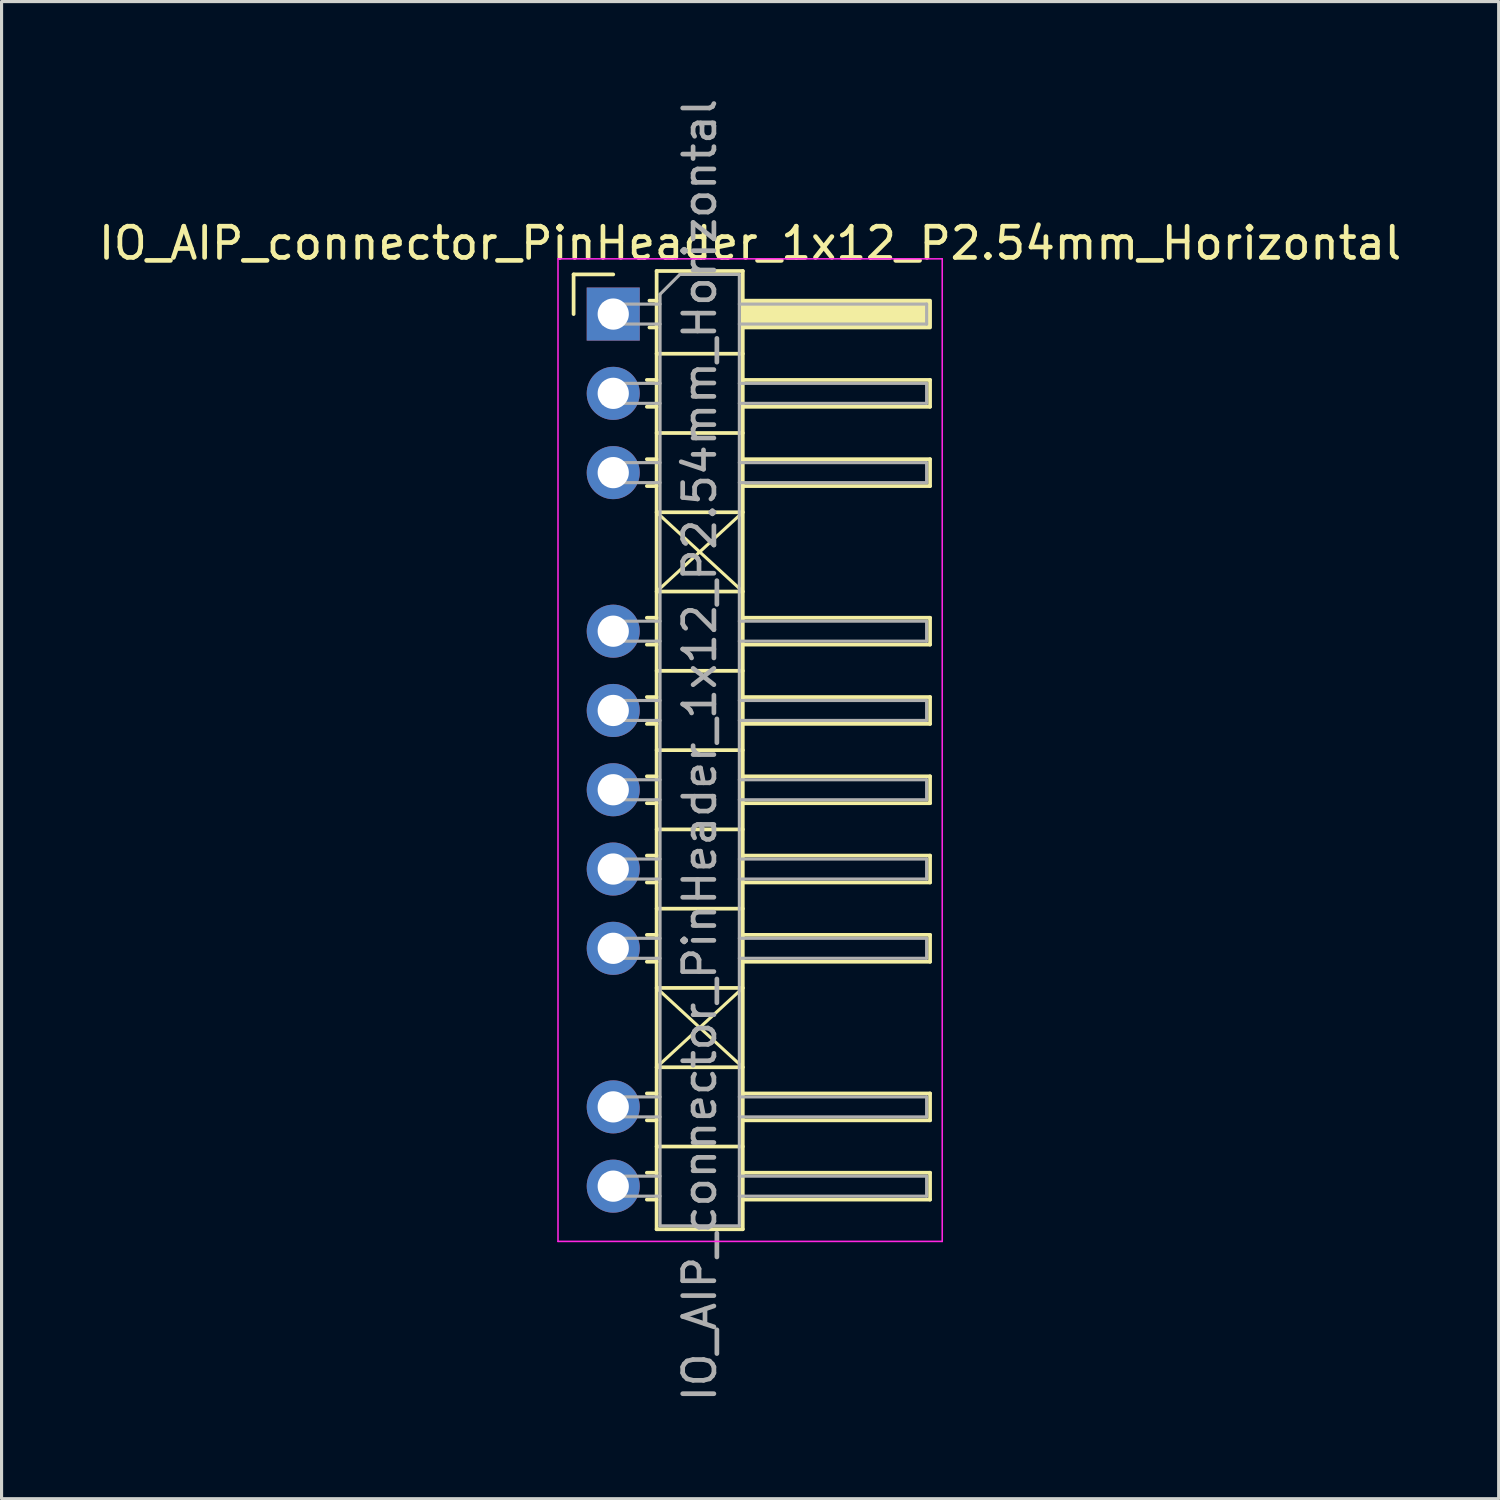
<source format=kicad_pcb>
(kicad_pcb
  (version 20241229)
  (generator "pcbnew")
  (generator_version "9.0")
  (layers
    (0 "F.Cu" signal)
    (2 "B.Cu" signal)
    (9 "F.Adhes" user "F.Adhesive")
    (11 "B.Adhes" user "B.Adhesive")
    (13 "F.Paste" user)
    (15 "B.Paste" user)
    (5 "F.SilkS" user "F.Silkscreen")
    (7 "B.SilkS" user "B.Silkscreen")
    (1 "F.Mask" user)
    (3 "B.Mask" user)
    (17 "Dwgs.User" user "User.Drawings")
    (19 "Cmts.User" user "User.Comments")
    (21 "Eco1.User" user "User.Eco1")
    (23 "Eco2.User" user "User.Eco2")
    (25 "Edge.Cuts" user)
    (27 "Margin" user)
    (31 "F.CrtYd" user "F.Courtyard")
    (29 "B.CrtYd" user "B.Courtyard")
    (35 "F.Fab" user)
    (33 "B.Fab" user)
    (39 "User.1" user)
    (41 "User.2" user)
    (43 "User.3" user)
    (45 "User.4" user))
  (footprint "IO_AIP_connector_PinHeader_1x12_P2.54mm_Horizontal"
    (layer "F.Cu")
    (at 16.597 7.012)
    (property "Reference" "IO_AIP_connector_PinHeader_1x12_P2.54mm_Horizontal" (at 4.385 -2.27 0) (layer "F.SilkS") (effects (font (size 1 1) (thickness 0.15))))
    (attr through_hole)
    (fp_line (start -1.27 -1.27) (end 0 -1.27) (stroke (width 0.12) (type solid)) (layer "F.SilkS"))
    (fp_line (start -1.27 0) (end -1.27 -1.27) (stroke (width 0.12) (type solid)) (layer "F.SilkS"))
    (fp_line (start 1.077 2.11) (end 1.39 2.11) (stroke (width 0.12) (type solid)) (layer "F.SilkS"))
    (fp_line (start 1.077 2.97) (end 1.39 2.97) (stroke (width 0.12) (type solid)) (layer "F.SilkS"))
    (fp_line (start 1.077 4.65) (end 1.39 4.65) (stroke (width 0.12) (type solid)) (layer "F.SilkS"))
    (fp_line (start 1.077 5.51) (end 1.39 5.51) (stroke (width 0.12) (type solid)) (layer "F.SilkS"))
    (fp_line (start 1.077 9.73) (end 1.39 9.73) (stroke (width 0.12) (type solid)) (layer "F.SilkS"))
    (fp_line (start 1.077 10.59) (end 1.39 10.59) (stroke (width 0.12) (type solid)) (layer "F.SilkS"))
    (fp_line (start 1.077 12.27) (end 1.39 12.27) (stroke (width 0.12) (type solid)) (layer "F.SilkS"))
    (fp_line (start 1.077 13.13) (end 1.39 13.13) (stroke (width 0.12) (type solid)) (layer "F.SilkS"))
    (fp_line (start 1.077 14.81) (end 1.39 14.81) (stroke (width 0.12) (type solid)) (layer "F.SilkS"))
    (fp_line (start 1.077 15.67) (end 1.39 15.67) (stroke (width 0.12) (type solid)) (layer "F.SilkS"))
    (fp_line (start 1.077 17.35) (end 1.39 17.35) (stroke (width 0.12) (type solid)) (layer "F.SilkS"))
    (fp_line (start 1.077 18.21) (end 1.39 18.21) (stroke (width 0.12) (type solid)) (layer "F.SilkS"))
    (fp_line (start 1.077 19.89) (end 1.39 19.89) (stroke (width 0.12) (type solid)) (layer "F.SilkS"))
    (fp_line (start 1.077 20.75) (end 1.39 20.75) (stroke (width 0.12) (type solid)) (layer "F.SilkS"))
    (fp_line (start 1.077 24.97) (end 1.39 24.97) (stroke (width 0.12) (type solid)) (layer "F.SilkS"))
    (fp_line (start 1.077 25.83) (end 1.39 25.83) (stroke (width 0.12) (type solid)) (layer "F.SilkS"))
    (fp_line (start 1.077 27.51) (end 1.39 27.51) (stroke (width 0.12) (type solid)) (layer "F.SilkS"))
    (fp_line (start 1.077 28.37) (end 1.39 28.37) (stroke (width 0.12) (type solid)) (layer "F.SilkS"))
    (fp_line (start 1.16 -0.43) (end 1.39 -0.43) (stroke (width 0.12) (type solid)) (layer "F.SilkS"))
    (fp_line (start 1.16 0.43) (end 1.39 0.43) (stroke (width 0.12) (type solid)) (layer "F.SilkS"))
    (fp_line (start 1.39 -1.38) (end 1.39 29.32) (stroke (width 0.12) (type solid)) (layer "F.SilkS"))
    (fp_line (start 1.39 1.27) (end 4.15 1.27) (stroke (width 0.12) (type solid)) (layer "F.SilkS"))
    (fp_line (start 1.39 3.81) (end 4.15 3.81) (stroke (width 0.12) (type solid)) (layer "F.SilkS"))
    (fp_line (start 1.39 6.35) (end 4.15 6.35) (stroke (width 0.12) (type solid)) (layer "F.SilkS"))
    (fp_line (start 1.39 6.35) (end 4.15 8.89) (stroke (width 0.1) (type default)) (layer "F.SilkS"))
    (fp_line (start 1.39 8.89) (end 4.15 8.89) (stroke (width 0.12) (type solid)) (layer "F.SilkS"))
    (fp_line (start 1.39 11.43) (end 4.15 11.43) (stroke (width 0.12) (type solid)) (layer "F.SilkS"))
    (fp_line (start 1.39 13.97) (end 4.15 13.97) (stroke (width 0.12) (type solid)) (layer "F.SilkS"))
    (fp_line (start 1.39 16.51) (end 4.15 16.51) (stroke (width 0.12) (type solid)) (layer "F.SilkS"))
    (fp_line (start 1.39 19.05) (end 4.15 19.05) (stroke (width 0.12) (type solid)) (layer "F.SilkS"))
    (fp_line (start 1.39 21.59) (end 4.15 21.59) (stroke (width 0.12) (type solid)) (layer "F.SilkS"))
    (fp_line (start 1.39 21.59) (end 4.15 24.13) (stroke (width 0.1) (type default)) (layer "F.SilkS"))
    (fp_line (start 1.39 24.13) (end 4.15 24.13) (stroke (width 0.12) (type solid)) (layer "F.SilkS"))
    (fp_line (start 1.39 26.67) (end 4.15 26.67) (stroke (width 0.12) (type solid)) (layer "F.SilkS"))
    (fp_line (start 1.39 29.32) (end 4.15 29.32) (stroke (width 0.12) (type solid)) (layer "F.SilkS"))
    (fp_line (start 4.15 -1.38) (end 1.39 -1.38) (stroke (width 0.12) (type solid)) (layer "F.SilkS"))
    (fp_line (start 4.15 2.11) (end 10.15 2.11) (stroke (width 0.12) (type solid)) (layer "F.SilkS"))
    (fp_line (start 4.15 4.65) (end 10.15 4.65) (stroke (width 0.12) (type solid)) (layer "F.SilkS"))
    (fp_line (start 4.15 6.35) (end 1.39 8.89) (stroke (width 0.1) (type default)) (layer "F.SilkS"))
    (fp_line (start 4.15 9.73) (end 10.15 9.73) (stroke (width 0.12) (type solid)) (layer "F.SilkS"))
    (fp_line (start 4.15 12.27) (end 10.15 12.27) (stroke (width 0.12) (type solid)) (layer "F.SilkS"))
    (fp_line (start 4.15 14.81) (end 10.15 14.81) (stroke (width 0.12) (type solid)) (layer "F.SilkS"))
    (fp_line (start 4.15 17.35) (end 10.15 17.35) (stroke (width 0.12) (type solid)) (layer "F.SilkS"))
    (fp_line (start 4.15 19.89) (end 10.15 19.89) (stroke (width 0.12) (type solid)) (layer "F.SilkS"))
    (fp_line (start 4.15 21.59) (end 1.39 24.13) (stroke (width 0.1) (type default)) (layer "F.SilkS"))
    (fp_line (start 4.15 24.97) (end 10.15 24.97) (stroke (width 0.12) (type solid)) (layer "F.SilkS"))
    (fp_line (start 4.15 27.51) (end 10.15 27.51) (stroke (width 0.12) (type solid)) (layer "F.SilkS"))
    (fp_line (start 4.15 29.32) (end 4.15 -1.38) (stroke (width 0.12) (type solid)) (layer "F.SilkS"))
    (fp_line (start 10.15 2.11) (end 10.15 2.97) (stroke (width 0.12) (type solid)) (layer "F.SilkS"))
    (fp_line (start 10.15 2.97) (end 4.15 2.97) (stroke (width 0.12) (type solid)) (layer "F.SilkS"))
    (fp_line (start 10.15 4.65) (end 10.15 5.51) (stroke (width 0.12) (type solid)) (layer "F.SilkS"))
    (fp_line (start 10.15 5.51) (end 4.15 5.51) (stroke (width 0.12) (type solid)) (layer "F.SilkS"))
    (fp_line (start 10.15 9.73) (end 10.15 10.59) (stroke (width 0.12) (type solid)) (layer "F.SilkS"))
    (fp_line (start 10.15 10.59) (end 4.15 10.59) (stroke (width 0.12) (type solid)) (layer "F.SilkS"))
    (fp_line (start 10.15 12.27) (end 10.15 13.13) (stroke (width 0.12) (type solid)) (layer "F.SilkS"))
    (fp_line (start 10.15 13.13) (end 4.15 13.13) (stroke (width 0.12) (type solid)) (layer "F.SilkS"))
    (fp_line (start 10.15 14.81) (end 10.15 15.67) (stroke (width 0.12) (type solid)) (layer "F.SilkS"))
    (fp_line (start 10.15 15.67) (end 4.15 15.67) (stroke (width 0.12) (type solid)) (layer "F.SilkS"))
    (fp_line (start 10.15 17.35) (end 10.15 18.21) (stroke (width 0.12) (type solid)) (layer "F.SilkS"))
    (fp_line (start 10.15 18.21) (end 4.15 18.21) (stroke (width 0.12) (type solid)) (layer "F.SilkS"))
    (fp_line (start 10.15 19.89) (end 10.15 20.75) (stroke (width 0.12) (type solid)) (layer "F.SilkS"))
    (fp_line (start 10.15 20.75) (end 4.15 20.75) (stroke (width 0.12) (type solid)) (layer "F.SilkS"))
    (fp_line (start 10.15 24.97) (end 10.15 25.83) (stroke (width 0.12) (type solid)) (layer "F.SilkS"))
    (fp_line (start 10.15 25.83) (end 4.15 25.83) (stroke (width 0.12) (type solid)) (layer "F.SilkS"))
    (fp_line (start 10.15 27.51) (end 10.15 28.37) (stroke (width 0.12) (type solid)) (layer "F.SilkS"))
    (fp_line (start 10.15 28.37) (end 4.15 28.37) (stroke (width 0.12) (type solid)) (layer "F.SilkS"))
    (fp_rect (start 4.15 -0.43) (end 10.15 0.43) (stroke (width 0.12) (type solid)) (fill yes) (layer "F.SilkS"))
    (fp_line (start -1.77 -1.77) (end -1.77 29.71) (stroke (width 0.05) (type solid)) (layer "F.CrtYd"))
    (fp_line (start -1.77 29.71) (end 10.54 29.71) (stroke (width 0.05) (type solid)) (layer "F.CrtYd"))
    (fp_line (start 10.54 -1.77) (end -1.77 -1.77) (stroke (width 0.05) (type solid)) (layer "F.CrtYd"))
    (fp_line (start 10.54 29.71) (end 10.54 -1.77) (stroke (width 0.05) (type solid)) (layer "F.CrtYd"))
    (fp_line (start -0.32 -0.32) (end -0.32 0.32) (stroke (width 0.1) (type solid)) (layer "F.Fab"))
    (fp_line (start -0.32 -0.32) (end 1.5 -0.32) (stroke (width 0.1) (type solid)) (layer "F.Fab"))
    (fp_line (start -0.32 0.32) (end 1.5 0.32) (stroke (width 0.1) (type solid)) (layer "F.Fab"))
    (fp_line (start -0.32 2.22) (end -0.32 2.86) (stroke (width 0.1) (type solid)) (layer "F.Fab"))
    (fp_line (start -0.32 2.22) (end 1.5 2.22) (stroke (width 0.1) (type solid)) (layer "F.Fab"))
    (fp_line (start -0.32 2.86) (end 1.5 2.86) (stroke (width 0.1) (type solid)) (layer "F.Fab"))
    (fp_line (start -0.32 4.76) (end -0.32 5.4) (stroke (width 0.1) (type solid)) (layer "F.Fab"))
    (fp_line (start -0.32 4.76) (end 1.5 4.76) (stroke (width 0.1) (type solid)) (layer "F.Fab"))
    (fp_line (start -0.32 5.4) (end 1.5 5.4) (stroke (width 0.1) (type solid)) (layer "F.Fab"))
    (fp_line (start -0.32 9.84) (end -0.32 10.48) (stroke (width 0.1) (type solid)) (layer "F.Fab"))
    (fp_line (start -0.32 9.84) (end 1.5 9.84) (stroke (width 0.1) (type solid)) (layer "F.Fab"))
    (fp_line (start -0.32 10.48) (end 1.5 10.48) (stroke (width 0.1) (type solid)) (layer "F.Fab"))
    (fp_line (start -0.32 12.38) (end -0.32 13.02) (stroke (width 0.1) (type solid)) (layer "F.Fab"))
    (fp_line (start -0.32 12.38) (end 1.5 12.38) (stroke (width 0.1) (type solid)) (layer "F.Fab"))
    (fp_line (start -0.32 13.02) (end 1.5 13.02) (stroke (width 0.1) (type solid)) (layer "F.Fab"))
    (fp_line (start -0.32 14.92) (end -0.32 15.56) (stroke (width 0.1) (type solid)) (layer "F.Fab"))
    (fp_line (start -0.32 14.92) (end 1.5 14.92) (stroke (width 0.1) (type solid)) (layer "F.Fab"))
    (fp_line (start -0.32 15.56) (end 1.5 15.56) (stroke (width 0.1) (type solid)) (layer "F.Fab"))
    (fp_line (start -0.32 17.46) (end -0.32 18.1) (stroke (width 0.1) (type solid)) (layer "F.Fab"))
    (fp_line (start -0.32 17.46) (end 1.5 17.46) (stroke (width 0.1) (type solid)) (layer "F.Fab"))
    (fp_line (start -0.32 18.1) (end 1.5 18.1) (stroke (width 0.1) (type solid)) (layer "F.Fab"))
    (fp_line (start -0.32 20) (end -0.32 20.64) (stroke (width 0.1) (type solid)) (layer "F.Fab"))
    (fp_line (start -0.32 20) (end 1.5 20) (stroke (width 0.1) (type solid)) (layer "F.Fab"))
    (fp_line (start -0.32 20.64) (end 1.5 20.64) (stroke (width 0.1) (type solid)) (layer "F.Fab"))
    (fp_line (start -0.32 25.08) (end -0.32 25.72) (stroke (width 0.1) (type solid)) (layer "F.Fab"))
    (fp_line (start -0.32 25.08) (end 1.5 25.08) (stroke (width 0.1) (type solid)) (layer "F.Fab"))
    (fp_line (start -0.32 25.72) (end 1.5 25.72) (stroke (width 0.1) (type solid)) (layer "F.Fab"))
    (fp_line (start -0.32 27.62) (end -0.32 28.26) (stroke (width 0.1) (type solid)) (layer "F.Fab"))
    (fp_line (start -0.32 27.62) (end 1.5 27.62) (stroke (width 0.1) (type solid)) (layer "F.Fab"))
    (fp_line (start -0.32 28.26) (end 1.5 28.26) (stroke (width 0.1) (type solid)) (layer "F.Fab"))
    (fp_line (start 1.5 -0.635) (end 2.135 -1.27) (stroke (width 0.1) (type solid)) (layer "F.Fab"))
    (fp_line (start 1.5 29.21) (end 1.5 -0.635) (stroke (width 0.1) (type solid)) (layer "F.Fab"))
    (fp_line (start 2.135 -1.27) (end 4.04 -1.27) (stroke (width 0.1) (type solid)) (layer "F.Fab"))
    (fp_line (start 4.04 -1.27) (end 4.04 29.21) (stroke (width 0.1) (type solid)) (layer "F.Fab"))
    (fp_line (start 4.04 -0.32) (end 10.04 -0.32) (stroke (width 0.1) (type solid)) (layer "F.Fab"))
    (fp_line (start 4.04 0.32) (end 10.04 0.32) (stroke (width 0.1) (type solid)) (layer "F.Fab"))
    (fp_line (start 4.04 2.22) (end 10.04 2.22) (stroke (width 0.1) (type solid)) (layer "F.Fab"))
    (fp_line (start 4.04 2.86) (end 10.04 2.86) (stroke (width 0.1) (type solid)) (layer "F.Fab"))
    (fp_line (start 4.04 4.76) (end 10.04 4.76) (stroke (width 0.1) (type solid)) (layer "F.Fab"))
    (fp_line (start 4.04 5.4) (end 10.04 5.4) (stroke (width 0.1) (type solid)) (layer "F.Fab"))
    (fp_line (start 4.04 9.84) (end 10.04 9.84) (stroke (width 0.1) (type solid)) (layer "F.Fab"))
    (fp_line (start 4.04 10.48) (end 10.04 10.48) (stroke (width 0.1) (type solid)) (layer "F.Fab"))
    (fp_line (start 4.04 12.38) (end 10.04 12.38) (stroke (width 0.1) (type solid)) (layer "F.Fab"))
    (fp_line (start 4.04 13.02) (end 10.04 13.02) (stroke (width 0.1) (type solid)) (layer "F.Fab"))
    (fp_line (start 4.04 14.92) (end 10.04 14.92) (stroke (width 0.1) (type solid)) (layer "F.Fab"))
    (fp_line (start 4.04 15.56) (end 10.04 15.56) (stroke (width 0.1) (type solid)) (layer "F.Fab"))
    (fp_line (start 4.04 17.46) (end 10.04 17.46) (stroke (width 0.1) (type solid)) (layer "F.Fab"))
    (fp_line (start 4.04 18.1) (end 10.04 18.1) (stroke (width 0.1) (type solid)) (layer "F.Fab"))
    (fp_line (start 4.04 20) (end 10.04 20) (stroke (width 0.1) (type solid)) (layer "F.Fab"))
    (fp_line (start 4.04 20.64) (end 10.04 20.64) (stroke (width 0.1) (type solid)) (layer "F.Fab"))
    (fp_line (start 4.04 25.08) (end 10.04 25.08) (stroke (width 0.1) (type solid)) (layer "F.Fab"))
    (fp_line (start 4.04 25.72) (end 10.04 25.72) (stroke (width 0.1) (type solid)) (layer "F.Fab"))
    (fp_line (start 4.04 27.62) (end 10.04 27.62) (stroke (width 0.1) (type solid)) (layer "F.Fab"))
    (fp_line (start 4.04 28.26) (end 10.04 28.26) (stroke (width 0.1) (type solid)) (layer "F.Fab"))
    (fp_line (start 4.04 29.21) (end 1.5 29.21) (stroke (width 0.1) (type solid)) (layer "F.Fab"))
    (fp_line (start 10.04 -0.32) (end 10.04 0.32) (stroke (width 0.1) (type solid)) (layer "F.Fab"))
    (fp_line (start 10.04 2.22) (end 10.04 2.86) (stroke (width 0.1) (type solid)) (layer "F.Fab"))
    (fp_line (start 10.04 4.76) (end 10.04 5.4) (stroke (width 0.1) (type solid)) (layer "F.Fab"))
    (fp_line (start 10.04 9.84) (end 10.04 10.48) (stroke (width 0.1) (type solid)) (layer "F.Fab"))
    (fp_line (start 10.04 12.38) (end 10.04 13.02) (stroke (width 0.1) (type solid)) (layer "F.Fab"))
    (fp_line (start 10.04 14.92) (end 10.04 15.56) (stroke (width 0.1) (type solid)) (layer "F.Fab"))
    (fp_line (start 10.04 17.46) (end 10.04 18.1) (stroke (width 0.1) (type solid)) (layer "F.Fab"))
    (fp_line (start 10.04 20) (end 10.04 20.64) (stroke (width 0.1) (type solid)) (layer "F.Fab"))
    (fp_line (start 10.04 25.08) (end 10.04 25.72) (stroke (width 0.1) (type solid)) (layer "F.Fab"))
    (fp_line (start 10.04 27.62) (end 10.04 28.26) (stroke (width 0.1) (type solid)) (layer "F.Fab"))
    (fp_text user "${REFERENCE}" (at 2.77 13.97 90) (layer "F.Fab") (effects (font (size 1 1) (thickness 0.15))))
    (pad "1" thru_hole rect (at 0 0) (size 1.7 1.7) (drill 1) (layers "*.Cu" "*.Mask"))
    (pad "2" thru_hole circle (at 0 2.54) (size 1.7 1.7) (drill 1) (layers "*.Cu" "*.Mask"))
    (pad "3" thru_hole circle (at 0 5.08) (size 1.7 1.7) (drill 1) (layers "*.Cu" "*.Mask"))
    (pad "5" thru_hole circle (at 0 10.16) (size 1.7 1.7) (drill 1) (layers "*.Cu" "*.Mask"))
    (pad "6" thru_hole circle (at 0 12.7) (size 1.7 1.7) (drill 1) (layers "*.Cu" "*.Mask"))
    (pad "7" thru_hole circle (at 0 15.24) (size 1.7 1.7) (drill 1) (layers "*.Cu" "*.Mask"))
    (pad "8" thru_hole circle (at 0 17.78) (size 1.7 1.7) (drill 1) (layers "*.Cu" "*.Mask"))
    (pad "9" thru_hole circle (at 0 20.32) (size 1.7 1.7) (drill 1) (layers "*.Cu" "*.Mask"))
    (pad "11" thru_hole circle (at 0 25.4) (size 1.7 1.7) (drill 1) (layers "*.Cu" "*.Mask"))
    (pad "12" thru_hole circle (at 0 27.94) (size 1.7 1.7) (drill 1) (layers "*.Cu" "*.Mask")))
  (gr_rect
    (start -3 -3)
    (end 44.964 44.964)
    (stroke (width 0.1) (type default))
    (fill no)
    (layer "Edge.Cuts")))
</source>
